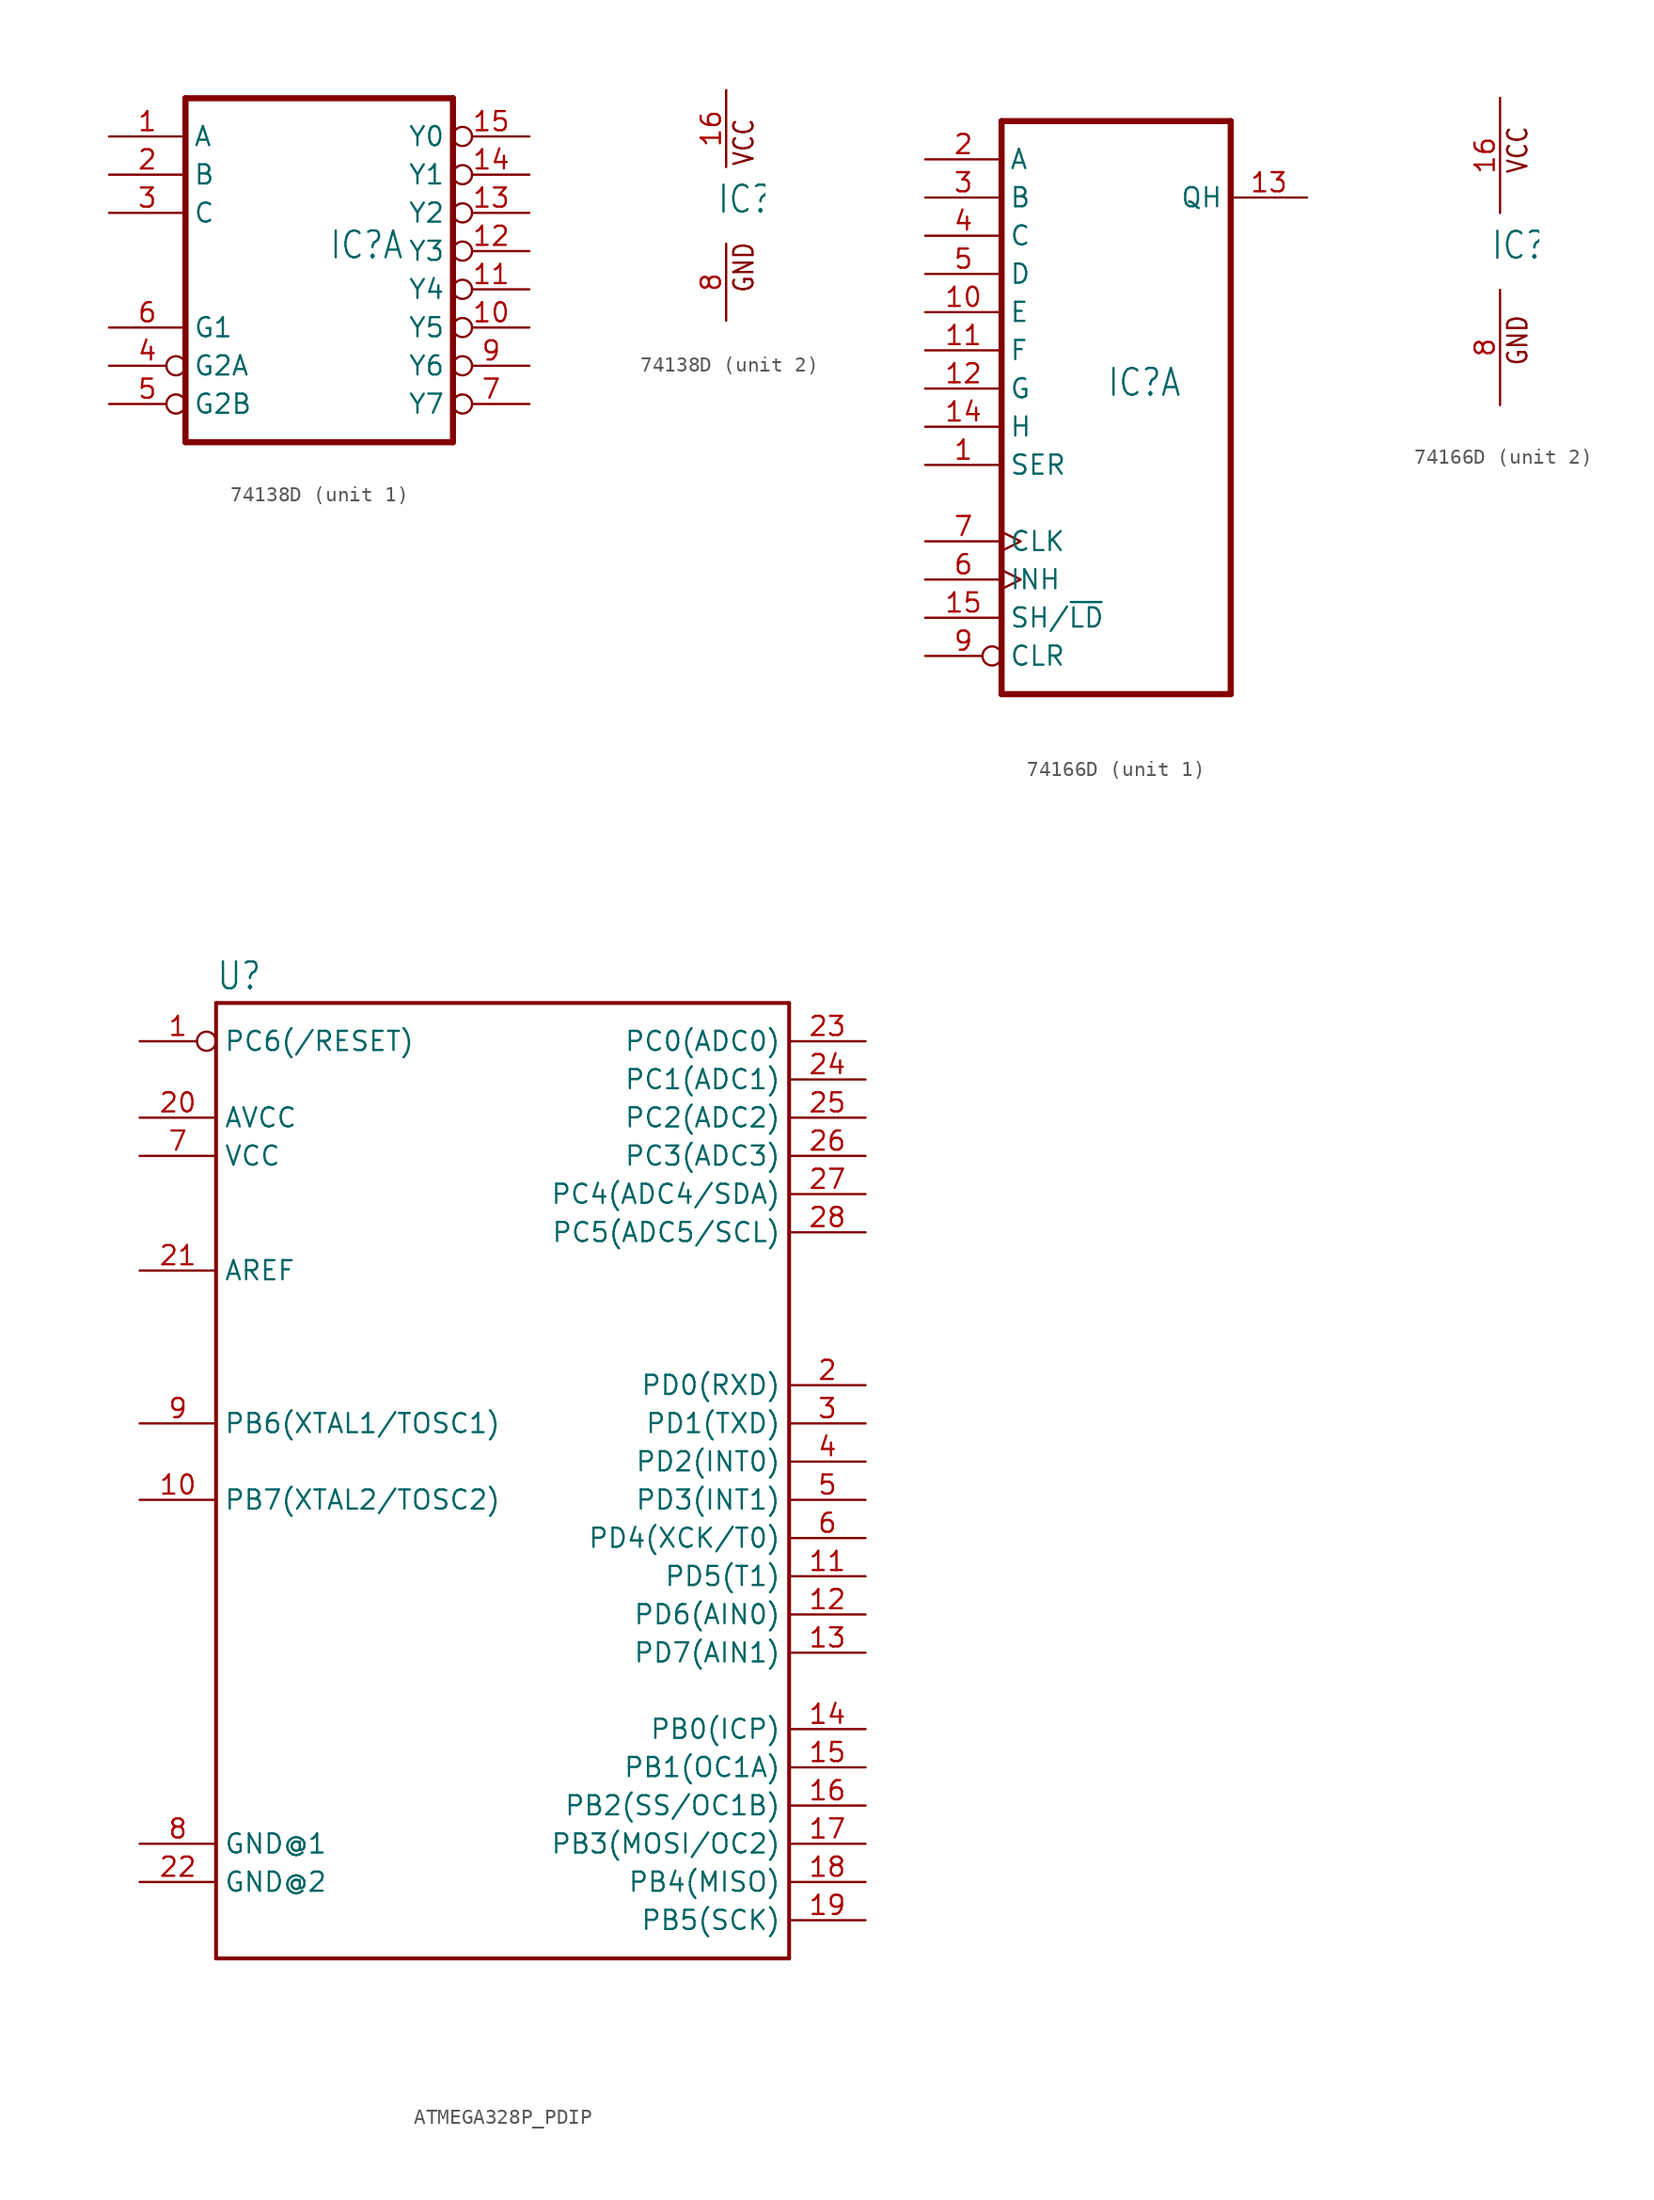
<source format=kicad_sym>
(kicad_symbol_lib
  (version 20231120)
  (generator "kicad_symbol_editor")
  (generator_version "8.0")
  (symbol "74138D"
    (property "Reference" "IC"
      (at -0.635 -0.635 0)
      (effects (font (size 1.778 1.511)) (justify left bottom)))
    (property "ki_locked" ""
      (at 0 0 0)
      (effects (font (size 1.27 1.27))))
    (symbol "74138D_1_0"
      (polyline (pts (xy -10.16 -12.7) (xy 7.62 -12.7)) (stroke (width 0.406) (type solid)) (fill (type none)))
      (polyline (pts (xy -10.16 10.16) (xy -10.16 -12.7)) (stroke (width 0.406) (type solid)) (fill (type none)))
      (polyline (pts (xy 7.62 -12.7) (xy 7.62 10.16)) (stroke (width 0.406) (type solid)) (fill (type none)))
      (polyline (pts (xy 7.62 10.16) (xy -10.16 10.16)) (stroke (width 0.406) (type solid)) (fill (type none)))
      (pin input line (at -15.24 7.62 0) (length 5.08) (name "A" (effects (font (size 1.27 1.27)))) (number "1" (effects (font (size 1.27 1.27)))))
      (pin output inverted (at 12.7 -5.08 180) (length 5.08) (name "Y5" (effects (font (size 1.27 1.27)))) (number "10" (effects (font (size 1.27 1.27)))))
      (pin output inverted (at 12.7 -2.54 180) (length 5.08) (name "Y4" (effects (font (size 1.27 1.27)))) (number "11" (effects (font (size 1.27 1.27)))))
      (pin output inverted (at 12.7 0 180) (length 5.08) (name "Y3" (effects (font (size 1.27 1.27)))) (number "12" (effects (font (size 1.27 1.27)))))
      (pin output inverted (at 12.7 2.54 180) (length 5.08) (name "Y2" (effects (font (size 1.27 1.27)))) (number "13" (effects (font (size 1.27 1.27)))))
      (pin output inverted (at 12.7 5.08 180) (length 5.08) (name "Y1" (effects (font (size 1.27 1.27)))) (number "14" (effects (font (size 1.27 1.27)))))
      (pin output inverted (at 12.7 7.62 180) (length 5.08) (name "Y0" (effects (font (size 1.27 1.27)))) (number "15" (effects (font (size 1.27 1.27)))))
      (pin input line (at -15.24 5.08 0) (length 5.08) (name "B" (effects (font (size 1.27 1.27)))) (number "2" (effects (font (size 1.27 1.27)))))
      (pin input line (at -15.24 2.54 0) (length 5.08) (name "C" (effects (font (size 1.27 1.27)))) (number "3" (effects (font (size 1.27 1.27)))))
      (pin input inverted (at -15.24 -7.62 0) (length 5.08) (name "G2A" (effects (font (size 1.27 1.27)))) (number "4" (effects (font (size 1.27 1.27)))))
      (pin input inverted (at -15.24 -10.16 0) (length 5.08) (name "G2B" (effects (font (size 1.27 1.27)))) (number "5" (effects (font (size 1.27 1.27)))))
      (pin input line (at -15.24 -5.08 0) (length 5.08) (name "G1" (effects (font (size 1.27 1.27)))) (number "6" (effects (font (size 1.27 1.27)))))
      (pin output inverted (at 12.7 -10.16 180) (length 5.08) (name "Y7" (effects (font (size 1.27 1.27)))) (number "7" (effects (font (size 1.27 1.27)))))
      (pin output inverted (at 12.7 -7.62 180) (length 5.08) (name "Y6" (effects (font (size 1.27 1.27)))) (number "9" (effects (font (size 1.27 1.27))))))
    (symbol "74138D_2_0"
      (text "GND" (at 1.905 -5.842 900) (effects (font (size 1.27 1.079)) (justify left bottom)))
      (text "VCC" (at 1.905 2.54 900) (effects (font (size 1.27 1.079)) (justify left bottom)))
      (pin power_in line (at 0 7.62 270) (length 5.08) (name "VCC" (effects (font (size 0 0)))) (number "16" (effects (font (size 1.27 1.27)))))
      (pin power_in line (at 0 -7.62 90) (length 5.08) (name "GND" (effects (font (size 0 0)))) (number "8" (effects (font (size 1.27 1.27)))))))
  (symbol "74166D"
    (property "Reference" "IC"
      (at -0.635 -0.635 0)
      (effects (font (size 1.778 1.511)) (justify left bottom)))
    (property "ki_locked" ""
      (at 0 0 0)
      (effects (font (size 1.27 1.27))))
    (symbol "74166D_1_0"
      (polyline (pts (xy -7.62 -20.32) (xy 7.62 -20.32)) (stroke (width 0.406) (type solid)) (fill (type none)))
      (polyline (pts (xy -7.62 17.78) (xy -7.62 -20.32)) (stroke (width 0.406) (type solid)) (fill (type none)))
      (polyline (pts (xy 7.62 -20.32) (xy 7.62 17.78)) (stroke (width 0.406) (type solid)) (fill (type none)))
      (polyline (pts (xy 7.62 17.78) (xy -7.62 17.78)) (stroke (width 0.406) (type solid)) (fill (type none)))
      (pin input line (at -12.7 -5.08 0) (length 5.08) (name "SER" (effects (font (size 1.27 1.27)))) (number "1" (effects (font (size 1.27 1.27)))))
      (pin input line (at -12.7 5.08 0) (length 5.08) (name "E" (effects (font (size 1.27 1.27)))) (number "10" (effects (font (size 1.27 1.27)))))
      (pin input line (at -12.7 2.54 0) (length 5.08) (name "F" (effects (font (size 1.27 1.27)))) (number "11" (effects (font (size 1.27 1.27)))))
      (pin input line (at -12.7 0 0) (length 5.08) (name "G" (effects (font (size 1.27 1.27)))) (number "12" (effects (font (size 1.27 1.27)))))
      (pin output line (at 12.7 12.7 180) (length 5.08) (name "QH" (effects (font (size 1.27 1.27)))) (number "13" (effects (font (size 1.27 1.27)))))
      (pin input line (at -12.7 -2.54 0) (length 5.08) (name "H" (effects (font (size 1.27 1.27)))) (number "14" (effects (font (size 1.27 1.27)))))
      (pin input line (at -12.7 -15.24 0) (length 5.08) (name "SH/~{LD}" (effects (font (size 1.27 1.27)))) (number "15" (effects (font (size 1.27 1.27)))))
      (pin input line (at -12.7 15.24 0) (length 5.08) (name "A" (effects (font (size 1.27 1.27)))) (number "2" (effects (font (size 1.27 1.27)))))
      (pin input line (at -12.7 12.7 0) (length 5.08) (name "B" (effects (font (size 1.27 1.27)))) (number "3" (effects (font (size 1.27 1.27)))))
      (pin input line (at -12.7 10.16 0) (length 5.08) (name "C" (effects (font (size 1.27 1.27)))) (number "4" (effects (font (size 1.27 1.27)))))
      (pin input line (at -12.7 7.62 0) (length 5.08) (name "D" (effects (font (size 1.27 1.27)))) (number "5" (effects (font (size 1.27 1.27)))))
      (pin input clock (at -12.7 -12.7 0) (length 5.08) (name "INH" (effects (font (size 1.27 1.27)))) (number "6" (effects (font (size 1.27 1.27)))))
      (pin input clock (at -12.7 -10.16 0) (length 5.08) (name "CLK" (effects (font (size 1.27 1.27)))) (number "7" (effects (font (size 1.27 1.27)))))
      (pin input inverted (at -12.7 -17.78 0) (length 5.08) (name "CLR" (effects (font (size 1.27 1.27)))) (number "9" (effects (font (size 1.27 1.27))))))
    (symbol "74166D_2_0"
      (text "GND" (at 1.905 -7.62 900) (effects (font (size 1.27 1.079)) (justify left bottom)))
      (text "VCC" (at 1.905 5.08 900) (effects (font (size 1.27 1.079)) (justify left bottom)))
      (pin power_in line (at 0 10.16 270) (length 7.62) (name "VCC" (effects (font (size 0 0)))) (number "16" (effects (font (size 1.27 1.27)))))
      (pin power_in line (at 0 -10.16 90) (length 7.62) (name "GND" (effects (font (size 0 0)))) (number "8" (effects (font (size 1.27 1.27)))))))
  (symbol "ATMEGA328P_PDIP"
    (property "Reference" "U"
      (at -17.78 28.702 0)
      (effects (font (size 1.778 1.511)) (justify left bottom)))
    (property "Value" ""
      (at -17.78 -38.1 0)
      (effects (font (size 1.778 1.511)) (justify left bottom)))
    (property "ki_locked" ""
      (at 0 0 0)
      (effects (font (size 1.27 1.27))))
    (symbol "ATMEGA328P_PDIP_1_0"
      (polyline (pts (xy -17.78 -35.56) (xy -17.78 27.94)) (stroke (width 0.254) (type solid)) (fill (type none)))
      (polyline (pts (xy -17.78 27.94) (xy 20.32 27.94)) (stroke (width 0.254) (type solid)) (fill (type none)))
      (polyline (pts (xy 20.32 -35.56) (xy -17.78 -35.56)) (stroke (width 0.254) (type solid)) (fill (type none)))
      (polyline (pts (xy 20.32 27.94) (xy 20.32 -35.56)) (stroke (width 0.254) (type solid)) (fill (type none)))
      (pin bidirectional inverted (at -22.86 25.4 0) (length 5.08) (name "PC6(/RESET)" (effects (font (size 1.27 1.27)))) (number "1" (effects (font (size 1.27 1.27)))))
      (pin bidirectional line (at -22.86 -5.08 0) (length 5.08) (name "PB7(XTAL2/TOSC2)" (effects (font (size 1.27 1.27)))) (number "10" (effects (font (size 1.27 1.27)))))
      (pin bidirectional line (at 25.4 -10.16 180) (length 5.08) (name "PD5(T1)" (effects (font (size 1.27 1.27)))) (number "11" (effects (font (size 1.27 1.27)))))
      (pin bidirectional line (at 25.4 -12.7 180) (length 5.08) (name "PD6(AIN0)" (effects (font (size 1.27 1.27)))) (number "12" (effects (font (size 1.27 1.27)))))
      (pin bidirectional line (at 25.4 -15.24 180) (length 5.08) (name "PD7(AIN1)" (effects (font (size 1.27 1.27)))) (number "13" (effects (font (size 1.27 1.27)))))
      (pin bidirectional line (at 25.4 -20.32 180) (length 5.08) (name "PB0(ICP)" (effects (font (size 1.27 1.27)))) (number "14" (effects (font (size 1.27 1.27)))))
      (pin bidirectional line (at 25.4 -22.86 180) (length 5.08) (name "PB1(OC1A)" (effects (font (size 1.27 1.27)))) (number "15" (effects (font (size 1.27 1.27)))))
      (pin bidirectional line (at 25.4 -25.4 180) (length 5.08) (name "PB2(SS/OC1B)" (effects (font (size 1.27 1.27)))) (number "16" (effects (font (size 1.27 1.27)))))
      (pin bidirectional line (at 25.4 -27.94 180) (length 5.08) (name "PB3(MOSI/OC2)" (effects (font (size 1.27 1.27)))) (number "17" (effects (font (size 1.27 1.27)))))
      (pin bidirectional line (at 25.4 -30.48 180) (length 5.08) (name "PB4(MISO)" (effects (font (size 1.27 1.27)))) (number "18" (effects (font (size 1.27 1.27)))))
      (pin bidirectional line (at 25.4 -33.02 180) (length 5.08) (name "PB5(SCK)" (effects (font (size 1.27 1.27)))) (number "19" (effects (font (size 1.27 1.27)))))
      (pin bidirectional line (at 25.4 2.54 180) (length 5.08) (name "PD0(RXD)" (effects (font (size 1.27 1.27)))) (number "2" (effects (font (size 1.27 1.27)))))
      (pin bidirectional line (at -22.86 20.32 0) (length 5.08) (name "AVCC" (effects (font (size 1.27 1.27)))) (number "20" (effects (font (size 1.27 1.27)))))
      (pin bidirectional line (at -22.86 10.16 0) (length 5.08) (name "AREF" (effects (font (size 1.27 1.27)))) (number "21" (effects (font (size 1.27 1.27)))))
      (pin bidirectional line (at -22.86 -30.48 0) (length 5.08) (name "GND@2" (effects (font (size 1.27 1.27)))) (number "22" (effects (font (size 1.27 1.27)))))
      (pin bidirectional line (at 25.4 25.4 180) (length 5.08) (name "PC0(ADC0)" (effects (font (size 1.27 1.27)))) (number "23" (effects (font (size 1.27 1.27)))))
      (pin bidirectional line (at 25.4 22.86 180) (length 5.08) (name "PC1(ADC1)" (effects (font (size 1.27 1.27)))) (number "24" (effects (font (size 1.27 1.27)))))
      (pin bidirectional line (at 25.4 20.32 180) (length 5.08) (name "PC2(ADC2)" (effects (font (size 1.27 1.27)))) (number "25" (effects (font (size 1.27 1.27)))))
      (pin bidirectional line (at 25.4 17.78 180) (length 5.08) (name "PC3(ADC3)" (effects (font (size 1.27 1.27)))) (number "26" (effects (font (size 1.27 1.27)))))
      (pin bidirectional line (at 25.4 15.24 180) (length 5.08) (name "PC4(ADC4/SDA)" (effects (font (size 1.27 1.27)))) (number "27" (effects (font (size 1.27 1.27)))))
      (pin bidirectional line (at 25.4 12.7 180) (length 5.08) (name "PC5(ADC5/SCL)" (effects (font (size 1.27 1.27)))) (number "28" (effects (font (size 1.27 1.27)))))
      (pin bidirectional line (at 25.4 0 180) (length 5.08) (name "PD1(TXD)" (effects (font (size 1.27 1.27)))) (number "3" (effects (font (size 1.27 1.27)))))
      (pin bidirectional line (at 25.4 -2.54 180) (length 5.08) (name "PD2(INT0)" (effects (font (size 1.27 1.27)))) (number "4" (effects (font (size 1.27 1.27)))))
      (pin bidirectional line (at 25.4 -5.08 180) (length 5.08) (name "PD3(INT1)" (effects (font (size 1.27 1.27)))) (number "5" (effects (font (size 1.27 1.27)))))
      (pin bidirectional line (at 25.4 -7.62 180) (length 5.08) (name "PD4(XCK/T0)" (effects (font (size 1.27 1.27)))) (number "6" (effects (font (size 1.27 1.27)))))
      (pin bidirectional line (at -22.86 17.78 0) (length 5.08) (name "VCC" (effects (font (size 1.27 1.27)))) (number "7" (effects (font (size 1.27 1.27)))))
      (pin bidirectional line (at -22.86 -27.94 0) (length 5.08) (name "GND@1" (effects (font (size 1.27 1.27)))) (number "8" (effects (font (size 1.27 1.27)))))
      (pin bidirectional line (at -22.86 0 0) (length 5.08) (name "PB6(XTAL1/TOSC1)" (effects (font (size 1.27 1.27)))) (number "9" (effects (font (size 1.27 1.27))))))))
</source>
